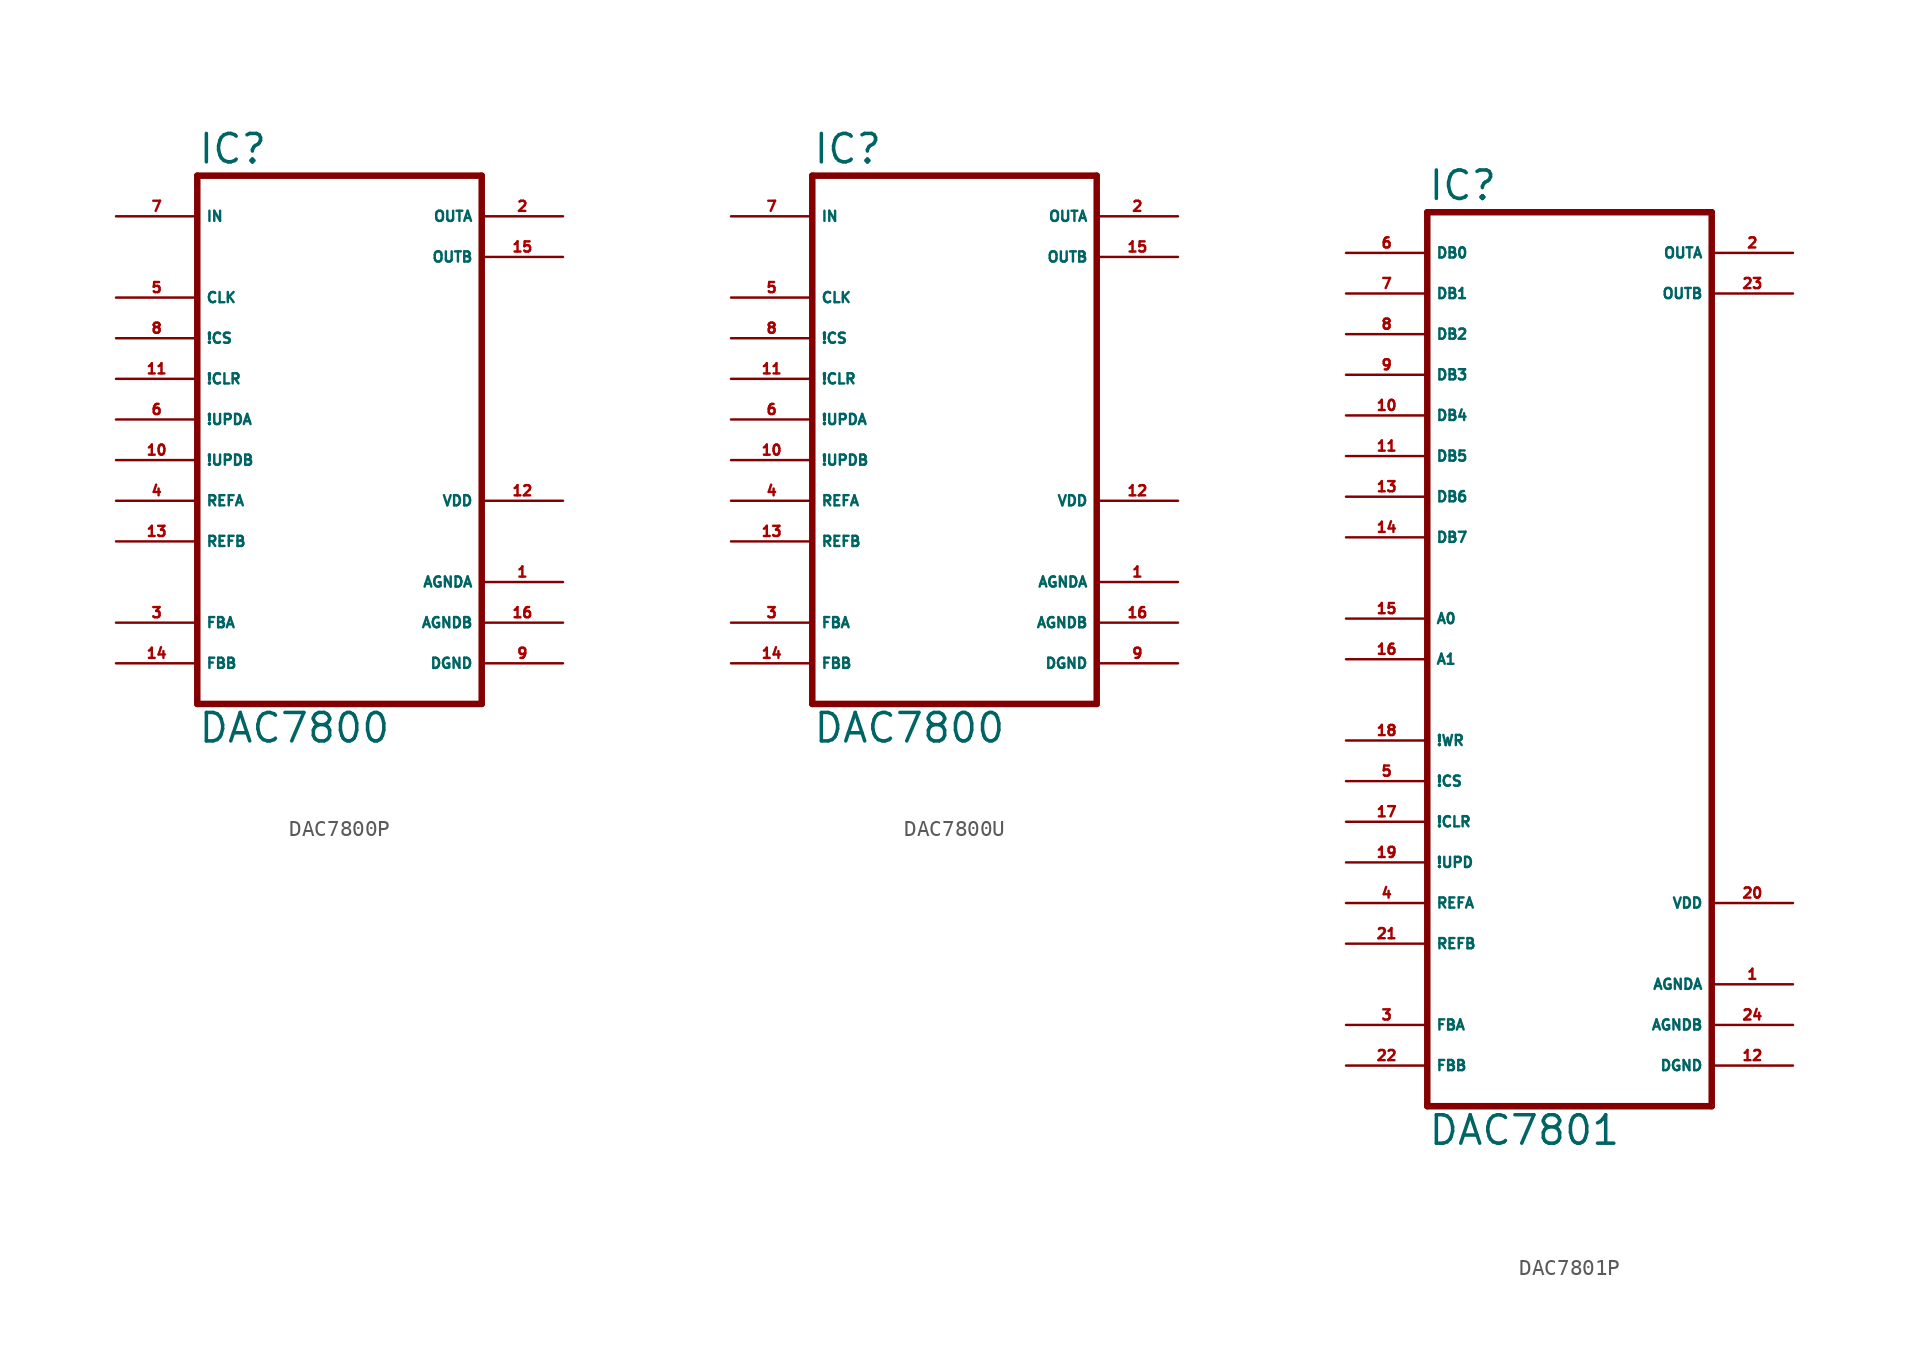
<source format=kicad_sym>
(kicad_symbol_lib
  (version 20220914)
  (generator Eagle2Kicad)
  (symbol "DAC7800P"
    (property "Reference" "IC"
      (at -10.16 15.875 0)
      (effects (font (size 1.778 1.778) (thickness 0.22)) (justify left bottom)))
    (property "Value" "DAC7800"
      (at -10.16 -20.32 0)
      (effects (font (size 1.778 1.778) (thickness 0.22)) (justify left bottom)))
    (polyline
      (pts (xy -10.16 -17.78) (xy 7.62 -17.78))
      (stroke (width 0.406) (type default))
      (fill (type none)))
    (polyline
      (pts (xy 7.62 -17.78) (xy 7.62 15.24))
      (stroke (width 0.406) (type default))
      (fill (type none)))
    (polyline
      (pts (xy 7.62 15.24) (xy -10.16 15.24))
      (stroke (width 0.406) (type default))
      (fill (type none)))
    (polyline
      (pts (xy -10.16 15.24) (xy -10.16 -17.78))
      (stroke (width 0.406) (type default))
      (fill (type none)))
    (pin input line
      (at -15.24 12.7 0)
      (length 5.08)
      (name "IN" (effects (font (size 0.635 0.635) (thickness 0.08)) (justify left bottom)))
      (number "7" (effects (font (size 0.635 0.635) (thickness 0.08)) (justify left bottom))))
    (pin input line
      (at -15.24 7.62 0)
      (length 5.08)
      (name "CLK" (effects (font (size 0.635 0.635) (thickness 0.08)) (justify left bottom)))
      (number "5" (effects (font (size 0.635 0.635) (thickness 0.08)) (justify left bottom))))
    (pin input line
      (at -15.24 5.08 0)
      (length 5.08)
      (name "!CS" (effects (font (size 0.635 0.635) (thickness 0.08)) (justify left bottom)))
      (number "8" (effects (font (size 0.635 0.635) (thickness 0.08)) (justify left bottom))))
    (pin input line
      (at -15.24 2.54 0)
      (length 5.08)
      (name "!CLR" (effects (font (size 0.635 0.635) (thickness 0.08)) (justify left bottom)))
      (number "11" (effects (font (size 0.635 0.635) (thickness 0.08)) (justify left bottom))))
    (pin input line
      (at -15.24 0 0)
      (length 5.08)
      (name "!UPDA" (effects (font (size 0.635 0.635) (thickness 0.08)) (justify left bottom)))
      (number "6" (effects (font (size 0.635 0.635) (thickness 0.08)) (justify left bottom))))
    (pin input line
      (at -15.24 -2.54 0)
      (length 5.08)
      (name "!UPDB" (effects (font (size 0.635 0.635) (thickness 0.08)) (justify left bottom)))
      (number "10" (effects (font (size 0.635 0.635) (thickness 0.08)) (justify left bottom))))
    (pin output line
      (at 12.7 12.7 180)
      (length 5.08)
      (name "OUTA" (effects (font (size 0.635 0.635) (thickness 0.08)) (justify left bottom)))
      (number "2" (effects (font (size 0.635 0.635) (thickness 0.08)) (justify left bottom))))
    (pin output line
      (at 12.7 10.16 180)
      (length 5.08)
      (name "OUTB" (effects (font (size 0.635 0.635) (thickness 0.08)) (justify left bottom)))
      (number "15" (effects (font (size 0.635 0.635) (thickness 0.08)) (justify left bottom))))
    (pin unspecified line
      (at 12.7 -5.08 180)
      (length 5.08)
      (name "VDD" (effects (font (size 0.635 0.635) (thickness 0.08)) (justify left bottom)))
      (number "12" (effects (font (size 0.635 0.635) (thickness 0.08)) (justify left bottom))))
    (pin unspecified line
      (at 12.7 -10.16 180)
      (length 5.08)
      (name "AGNDA" (effects (font (size 0.635 0.635) (thickness 0.08)) (justify left bottom)))
      (number "1" (effects (font (size 0.635 0.635) (thickness 0.08)) (justify left bottom))))
    (pin unspecified line
      (at 12.7 -12.7 180)
      (length 5.08)
      (name "AGNDB" (effects (font (size 0.635 0.635) (thickness 0.08)) (justify left bottom)))
      (number "16" (effects (font (size 0.635 0.635) (thickness 0.08)) (justify left bottom))))
    (pin unspecified line
      (at 12.7 -15.24 180)
      (length 5.08)
      (name "DGND" (effects (font (size 0.635 0.635) (thickness 0.08)) (justify left bottom)))
      (number "9" (effects (font (size 0.635 0.635) (thickness 0.08)) (justify left bottom))))
    (pin input line
      (at -15.24 -5.08 0)
      (length 5.08)
      (name "REFA" (effects (font (size 0.635 0.635) (thickness 0.08)) (justify left bottom)))
      (number "4" (effects (font (size 0.635 0.635) (thickness 0.08)) (justify left bottom))))
    (pin input line
      (at -15.24 -7.62 0)
      (length 5.08)
      (name "REFB" (effects (font (size 0.635 0.635) (thickness 0.08)) (justify left bottom)))
      (number "13" (effects (font (size 0.635 0.635) (thickness 0.08)) (justify left bottom))))
    (pin passive line
      (at -15.24 -12.7 0)
      (length 5.08)
      (name "FBA" (effects (font (size 0.635 0.635) (thickness 0.08)) (justify left bottom)))
      (number "3" (effects (font (size 0.635 0.635) (thickness 0.08)) (justify left bottom))))
    (pin passive line
      (at -15.24 -15.24 0)
      (length 5.08)
      (name "FBB" (effects (font (size 0.635 0.635) (thickness 0.08)) (justify left bottom)))
      (number "14" (effects (font (size 0.635 0.635) (thickness 0.08)) (justify left bottom)))))
  (symbol "DAC7800U"
    (property "Reference" "IC"
      (at -10.16 15.875 0)
      (effects (font (size 1.778 1.778) (thickness 0.22)) (justify left bottom)))
    (property "Value" "DAC7800"
      (at -10.16 -20.32 0)
      (effects (font (size 1.778 1.778) (thickness 0.22)) (justify left bottom)))
    (polyline
      (pts (xy -10.16 -17.78) (xy 7.62 -17.78))
      (stroke (width 0.406) (type default))
      (fill (type none)))
    (polyline
      (pts (xy 7.62 -17.78) (xy 7.62 15.24))
      (stroke (width 0.406) (type default))
      (fill (type none)))
    (polyline
      (pts (xy 7.62 15.24) (xy -10.16 15.24))
      (stroke (width 0.406) (type default))
      (fill (type none)))
    (polyline
      (pts (xy -10.16 15.24) (xy -10.16 -17.78))
      (stroke (width 0.406) (type default))
      (fill (type none)))
    (pin input line
      (at -15.24 12.7 0)
      (length 5.08)
      (name "IN" (effects (font (size 0.635 0.635) (thickness 0.08)) (justify left bottom)))
      (number "7" (effects (font (size 0.635 0.635) (thickness 0.08)) (justify left bottom))))
    (pin input line
      (at -15.24 7.62 0)
      (length 5.08)
      (name "CLK" (effects (font (size 0.635 0.635) (thickness 0.08)) (justify left bottom)))
      (number "5" (effects (font (size 0.635 0.635) (thickness 0.08)) (justify left bottom))))
    (pin input line
      (at -15.24 5.08 0)
      (length 5.08)
      (name "!CS" (effects (font (size 0.635 0.635) (thickness 0.08)) (justify left bottom)))
      (number "8" (effects (font (size 0.635 0.635) (thickness 0.08)) (justify left bottom))))
    (pin input line
      (at -15.24 2.54 0)
      (length 5.08)
      (name "!CLR" (effects (font (size 0.635 0.635) (thickness 0.08)) (justify left bottom)))
      (number "11" (effects (font (size 0.635 0.635) (thickness 0.08)) (justify left bottom))))
    (pin input line
      (at -15.24 0 0)
      (length 5.08)
      (name "!UPDA" (effects (font (size 0.635 0.635) (thickness 0.08)) (justify left bottom)))
      (number "6" (effects (font (size 0.635 0.635) (thickness 0.08)) (justify left bottom))))
    (pin input line
      (at -15.24 -2.54 0)
      (length 5.08)
      (name "!UPDB" (effects (font (size 0.635 0.635) (thickness 0.08)) (justify left bottom)))
      (number "10" (effects (font (size 0.635 0.635) (thickness 0.08)) (justify left bottom))))
    (pin output line
      (at 12.7 12.7 180)
      (length 5.08)
      (name "OUTA" (effects (font (size 0.635 0.635) (thickness 0.08)) (justify left bottom)))
      (number "2" (effects (font (size 0.635 0.635) (thickness 0.08)) (justify left bottom))))
    (pin output line
      (at 12.7 10.16 180)
      (length 5.08)
      (name "OUTB" (effects (font (size 0.635 0.635) (thickness 0.08)) (justify left bottom)))
      (number "15" (effects (font (size 0.635 0.635) (thickness 0.08)) (justify left bottom))))
    (pin unspecified line
      (at 12.7 -5.08 180)
      (length 5.08)
      (name "VDD" (effects (font (size 0.635 0.635) (thickness 0.08)) (justify left bottom)))
      (number "12" (effects (font (size 0.635 0.635) (thickness 0.08)) (justify left bottom))))
    (pin unspecified line
      (at 12.7 -10.16 180)
      (length 5.08)
      (name "AGNDA" (effects (font (size 0.635 0.635) (thickness 0.08)) (justify left bottom)))
      (number "1" (effects (font (size 0.635 0.635) (thickness 0.08)) (justify left bottom))))
    (pin unspecified line
      (at 12.7 -12.7 180)
      (length 5.08)
      (name "AGNDB" (effects (font (size 0.635 0.635) (thickness 0.08)) (justify left bottom)))
      (number "16" (effects (font (size 0.635 0.635) (thickness 0.08)) (justify left bottom))))
    (pin unspecified line
      (at 12.7 -15.24 180)
      (length 5.08)
      (name "DGND" (effects (font (size 0.635 0.635) (thickness 0.08)) (justify left bottom)))
      (number "9" (effects (font (size 0.635 0.635) (thickness 0.08)) (justify left bottom))))
    (pin input line
      (at -15.24 -5.08 0)
      (length 5.08)
      (name "REFA" (effects (font (size 0.635 0.635) (thickness 0.08)) (justify left bottom)))
      (number "4" (effects (font (size 0.635 0.635) (thickness 0.08)) (justify left bottom))))
    (pin input line
      (at -15.24 -7.62 0)
      (length 5.08)
      (name "REFB" (effects (font (size 0.635 0.635) (thickness 0.08)) (justify left bottom)))
      (number "13" (effects (font (size 0.635 0.635) (thickness 0.08)) (justify left bottom))))
    (pin passive line
      (at -15.24 -12.7 0)
      (length 5.08)
      (name "FBA" (effects (font (size 0.635 0.635) (thickness 0.08)) (justify left bottom)))
      (number "3" (effects (font (size 0.635 0.635) (thickness 0.08)) (justify left bottom))))
    (pin passive line
      (at -15.24 -15.24 0)
      (length 5.08)
      (name "FBB" (effects (font (size 0.635 0.635) (thickness 0.08)) (justify left bottom)))
      (number "14" (effects (font (size 0.635 0.635) (thickness 0.08)) (justify left bottom)))))
  (symbol "DAC7801P"
    (property "Reference" "IC"
      (at -10.16 26.035 0)
      (effects (font (size 1.778 1.778) (thickness 0.22)) (justify left bottom)))
    (property "Value" "DAC7801"
      (at -10.16 -33.02 0)
      (effects (font (size 1.778 1.778) (thickness 0.22)) (justify left bottom)))
    (polyline
      (pts (xy -10.16 -30.48) (xy 7.62 -30.48))
      (stroke (width 0.406) (type default))
      (fill (type none)))
    (polyline
      (pts (xy 7.62 -30.48) (xy 7.62 25.4))
      (stroke (width 0.406) (type default))
      (fill (type none)))
    (polyline
      (pts (xy 7.62 25.4) (xy -10.16 25.4))
      (stroke (width 0.406) (type default))
      (fill (type none)))
    (polyline
      (pts (xy -10.16 25.4) (xy -10.16 -30.48))
      (stroke (width 0.406) (type default))
      (fill (type none)))
    (pin input line
      (at -15.24 22.86 0)
      (length 5.08)
      (name "DB0" (effects (font (size 0.635 0.635) (thickness 0.08)) (justify left bottom)))
      (number "6" (effects (font (size 0.635 0.635) (thickness 0.08)) (justify left bottom))))
    (pin input line
      (at -15.24 -7.62 0)
      (length 5.08)
      (name "!WR" (effects (font (size 0.635 0.635) (thickness 0.08)) (justify left bottom)))
      (number "18" (effects (font (size 0.635 0.635) (thickness 0.08)) (justify left bottom))))
    (pin input line
      (at -15.24 -10.16 0)
      (length 5.08)
      (name "!CS" (effects (font (size 0.635 0.635) (thickness 0.08)) (justify left bottom)))
      (number "5" (effects (font (size 0.635 0.635) (thickness 0.08)) (justify left bottom))))
    (pin input line
      (at -15.24 -12.7 0)
      (length 5.08)
      (name "!CLR" (effects (font (size 0.635 0.635) (thickness 0.08)) (justify left bottom)))
      (number "17" (effects (font (size 0.635 0.635) (thickness 0.08)) (justify left bottom))))
    (pin input line
      (at -15.24 -15.24 0)
      (length 5.08)
      (name "!UPD" (effects (font (size 0.635 0.635) (thickness 0.08)) (justify left bottom)))
      (number "19" (effects (font (size 0.635 0.635) (thickness 0.08)) (justify left bottom))))
    (pin output line
      (at 12.7 22.86 180)
      (length 5.08)
      (name "OUTA" (effects (font (size 0.635 0.635) (thickness 0.08)) (justify left bottom)))
      (number "2" (effects (font (size 0.635 0.635) (thickness 0.08)) (justify left bottom))))
    (pin output line
      (at 12.7 20.32 180)
      (length 5.08)
      (name "OUTB" (effects (font (size 0.635 0.635) (thickness 0.08)) (justify left bottom)))
      (number "23" (effects (font (size 0.635 0.635) (thickness 0.08)) (justify left bottom))))
    (pin unspecified line
      (at 12.7 -17.78 180)
      (length 5.08)
      (name "VDD" (effects (font (size 0.635 0.635) (thickness 0.08)) (justify left bottom)))
      (number "20" (effects (font (size 0.635 0.635) (thickness 0.08)) (justify left bottom))))
    (pin unspecified line
      (at 12.7 -22.86 180)
      (length 5.08)
      (name "AGNDA" (effects (font (size 0.635 0.635) (thickness 0.08)) (justify left bottom)))
      (number "1" (effects (font (size 0.635 0.635) (thickness 0.08)) (justify left bottom))))
    (pin unspecified line
      (at 12.7 -25.4 180)
      (length 5.08)
      (name "AGNDB" (effects (font (size 0.635 0.635) (thickness 0.08)) (justify left bottom)))
      (number "24" (effects (font (size 0.635 0.635) (thickness 0.08)) (justify left bottom))))
    (pin unspecified line
      (at 12.7 -27.94 180)
      (length 5.08)
      (name "DGND" (effects (font (size 0.635 0.635) (thickness 0.08)) (justify left bottom)))
      (number "12" (effects (font (size 0.635 0.635) (thickness 0.08)) (justify left bottom))))
    (pin input line
      (at -15.24 -17.78 0)
      (length 5.08)
      (name "REFA" (effects (font (size 0.635 0.635) (thickness 0.08)) (justify left bottom)))
      (number "4" (effects (font (size 0.635 0.635) (thickness 0.08)) (justify left bottom))))
    (pin input line
      (at -15.24 -20.32 0)
      (length 5.08)
      (name "REFB" (effects (font (size 0.635 0.635) (thickness 0.08)) (justify left bottom)))
      (number "21" (effects (font (size 0.635 0.635) (thickness 0.08)) (justify left bottom))))
    (pin passive line
      (at -15.24 -25.4 0)
      (length 5.08)
      (name "FBA" (effects (font (size 0.635 0.635) (thickness 0.08)) (justify left bottom)))
      (number "3" (effects (font (size 0.635 0.635) (thickness 0.08)) (justify left bottom))))
    (pin passive line
      (at -15.24 -27.94 0)
      (length 5.08)
      (name "FBB" (effects (font (size 0.635 0.635) (thickness 0.08)) (justify left bottom)))
      (number "22" (effects (font (size 0.635 0.635) (thickness 0.08)) (justify left bottom))))
    (pin input line
      (at -15.24 20.32 0)
      (length 5.08)
      (name "DB1" (effects (font (size 0.635 0.635) (thickness 0.08)) (justify left bottom)))
      (number "7" (effects (font (size 0.635 0.635) (thickness 0.08)) (justify left bottom))))
    (pin input line
      (at -15.24 17.78 0)
      (length 5.08)
      (name "DB2" (effects (font (size 0.635 0.635) (thickness 0.08)) (justify left bottom)))
      (number "8" (effects (font (size 0.635 0.635) (thickness 0.08)) (justify left bottom))))
    (pin input line
      (at -15.24 15.24 0)
      (length 5.08)
      (name "DB3" (effects (font (size 0.635 0.635) (thickness 0.08)) (justify left bottom)))
      (number "9" (effects (font (size 0.635 0.635) (thickness 0.08)) (justify left bottom))))
    (pin input line
      (at -15.24 12.7 0)
      (length 5.08)
      (name "DB4" (effects (font (size 0.635 0.635) (thickness 0.08)) (justify left bottom)))
      (number "10" (effects (font (size 0.635 0.635) (thickness 0.08)) (justify left bottom))))
    (pin input line
      (at -15.24 10.16 0)
      (length 5.08)
      (name "DB5" (effects (font (size 0.635 0.635) (thickness 0.08)) (justify left bottom)))
      (number "11" (effects (font (size 0.635 0.635) (thickness 0.08)) (justify left bottom))))
    (pin input line
      (at -15.24 7.62 0)
      (length 5.08)
      (name "DB6" (effects (font (size 0.635 0.635) (thickness 0.08)) (justify left bottom)))
      (number "13" (effects (font (size 0.635 0.635) (thickness 0.08)) (justify left bottom))))
    (pin input line
      (at -15.24 5.08 0)
      (length 5.08)
      (name "DB7" (effects (font (size 0.635 0.635) (thickness 0.08)) (justify left bottom)))
      (number "14" (effects (font (size 0.635 0.635) (thickness 0.08)) (justify left bottom))))
    (pin input line
      (at -15.24 0 0)
      (length 5.08)
      (name "A0" (effects (font (size 0.635 0.635) (thickness 0.08)) (justify left bottom)))
      (number "15" (effects (font (size 0.635 0.635) (thickness 0.08)) (justify left bottom))))
    (pin input line
      (at -15.24 -2.54 0)
      (length 5.08)
      (name "A1" (effects (font (size 0.635 0.635) (thickness 0.08)) (justify left bottom)))
      (number "16" (effects (font (size 0.635 0.635) (thickness 0.08)) (justify left bottom))))))
</source>
